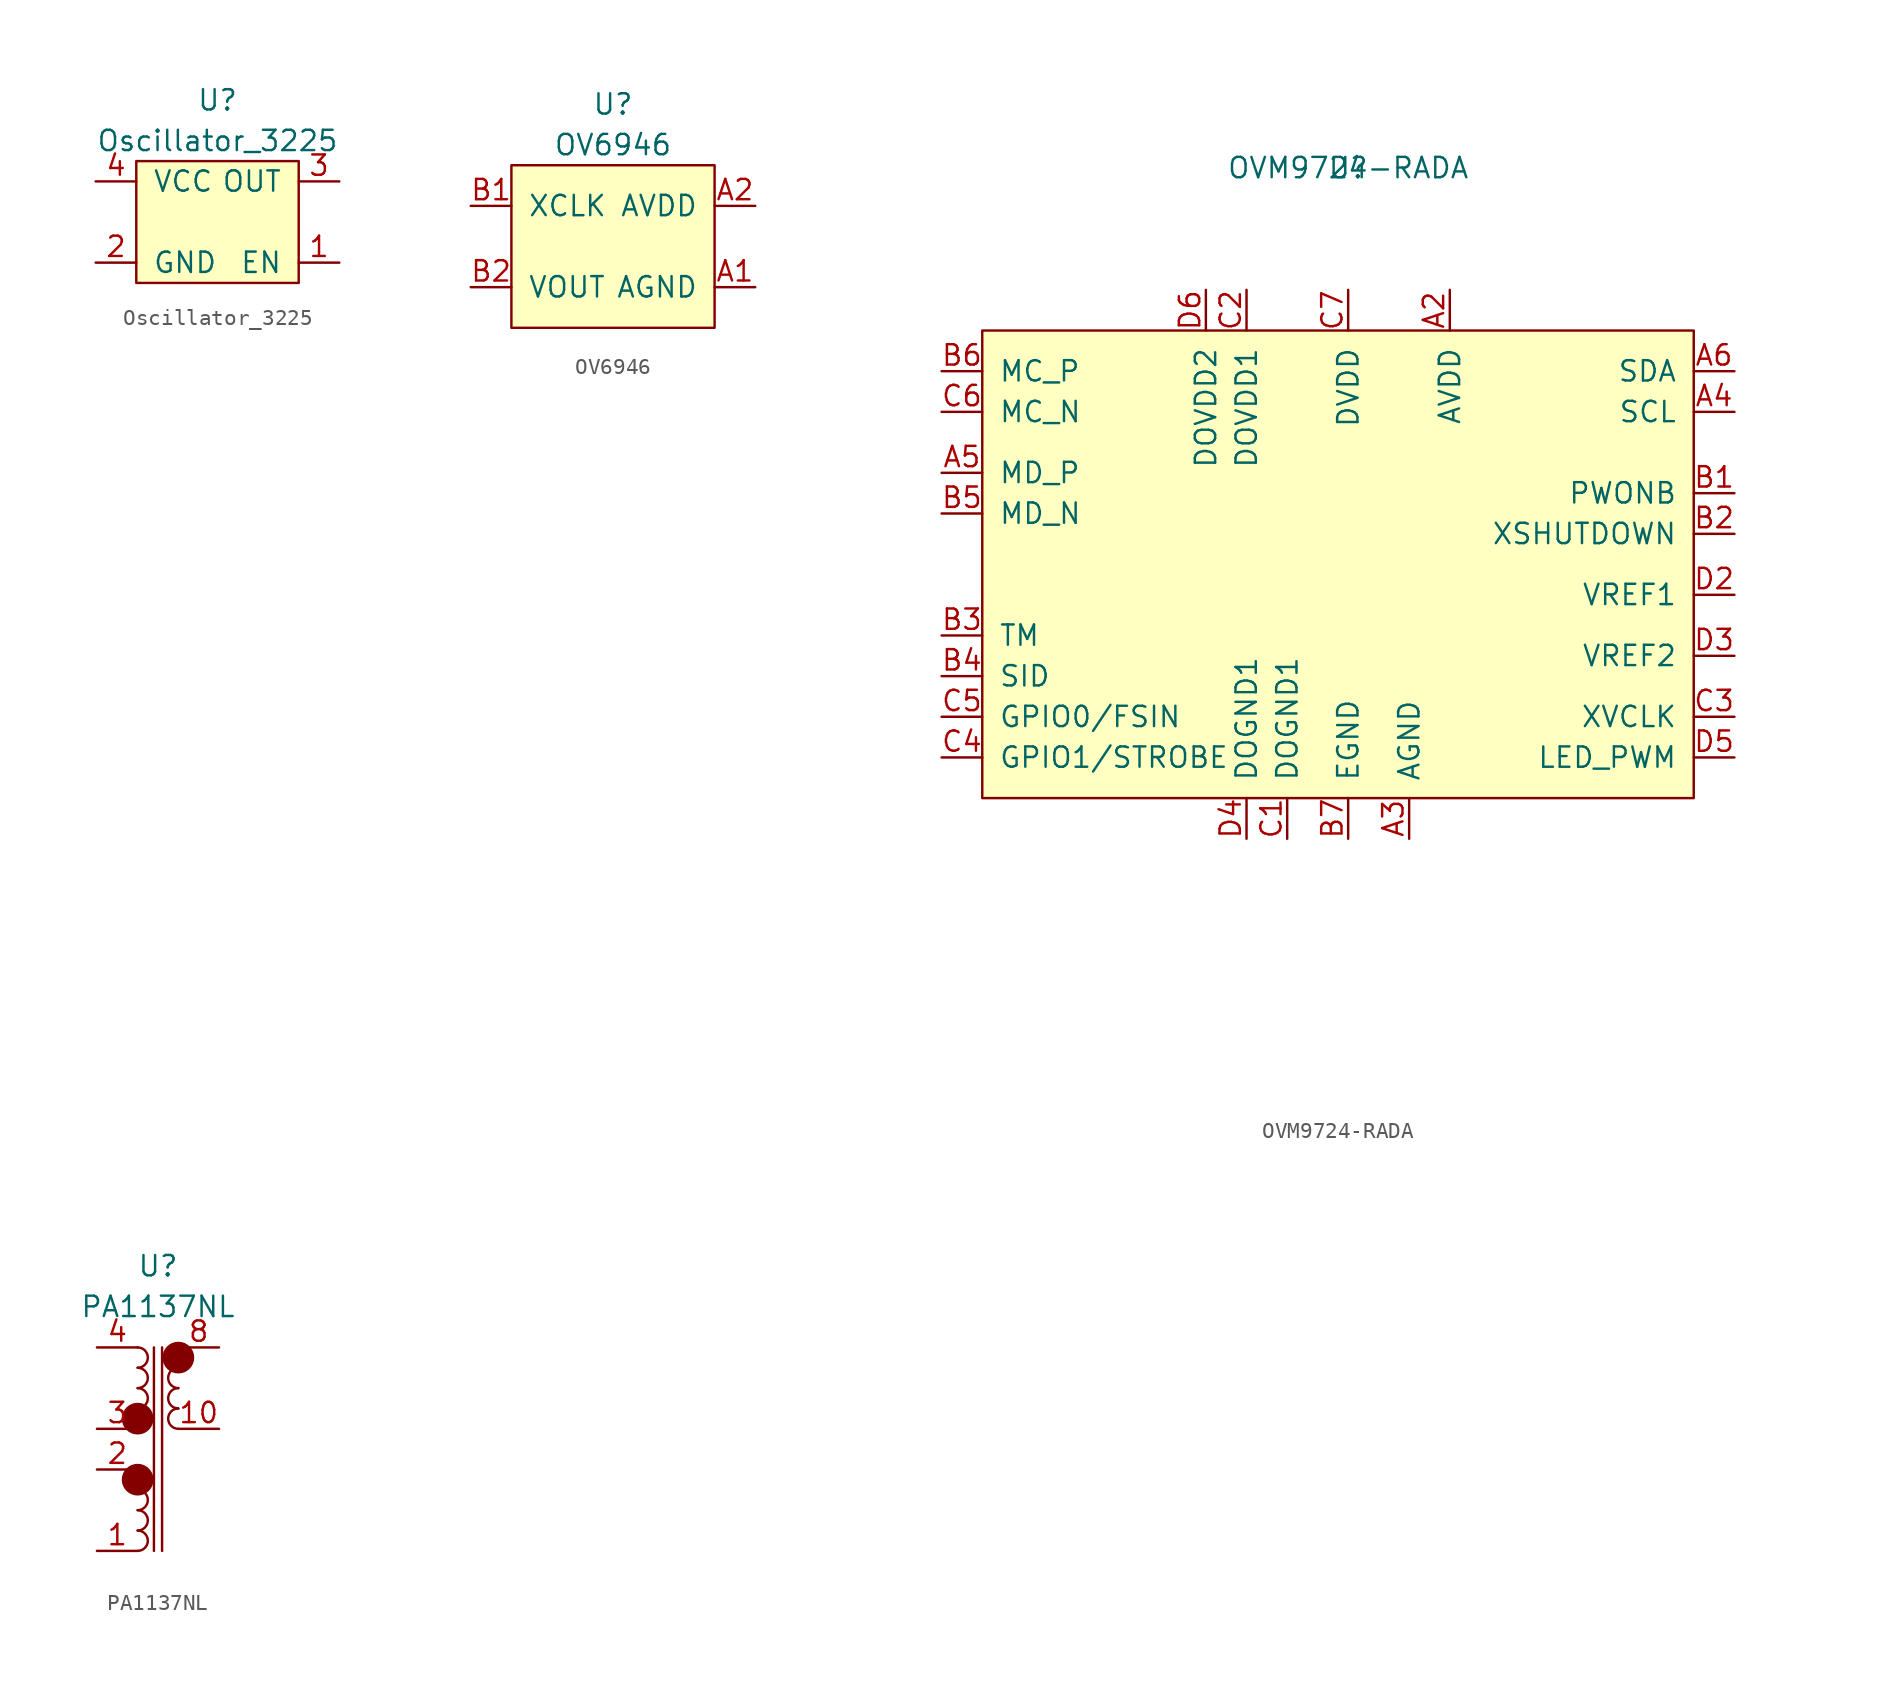
<source format=kicad_sym>
(kicad_symbol_lib
  (version 20231120)
  (generator "kicad_symbol_editor")
  (generator_version "8.0")
  (symbol "Oscillator_3225"
    (pin_names
      (offset 1.016))
    (property "Reference" "U"
      (at 0 7.62 0)
      (effects (font (size 1.27 1.27))))
    (property "Value" "Oscillator_3225"
      (at 0 5.08 0)
      (effects (font (size 1.27 1.27))))
    (symbol "Oscillator_3225_0_1"
      (rectangle (start -5.08 3.81) (end 5.08 -3.81) (stroke (width 0) (type solid)) (fill (type background))))
    (symbol "Oscillator_3225_1_1"
      (pin input line (at 7.62 -2.54 180) (length 2.54) (name "EN" (effects (font (size 1.27 1.27)))) (number "1" (effects (font (size 1.27 1.27)))))
      (pin input line (at -7.62 -2.54 0) (length 2.54) (name "GND" (effects (font (size 1.27 1.27)))) (number "2" (effects (font (size 1.27 1.27)))))
      (pin input line (at 7.62 2.54 180) (length 2.54) (name "OUT" (effects (font (size 1.27 1.27)))) (number "3" (effects (font (size 1.27 1.27)))))
      (pin input line (at -7.62 2.54 0) (length 2.54) (name "VCC" (effects (font (size 1.27 1.27)))) (number "4" (effects (font (size 1.27 1.27)))))))
  (symbol "OV6946"
    (pin_names
      (offset 1.016))
    (property "Reference" "U"
      (at 0 8.89 0)
      (effects (font (size 1.27 1.27))))
    (property "Value" "OV6946"
      (at 0 6.35 0)
      (effects (font (size 1.27 1.27))))
    (symbol "OV6946_0_1"
      (rectangle (start -6.35 5.08) (end 6.35 -5.08) (stroke (width 0) (type solid)) (fill (type background))))
    (symbol "OV6946_1_1"
      (pin input line (at 8.89 -2.54 180) (length 2.54) (name "AGND" (effects (font (size 1.27 1.27)))) (number "A1" (effects (font (size 1.27 1.27)))))
      (pin input line (at 8.89 2.54 180) (length 2.54) (name "AVDD" (effects (font (size 1.27 1.27)))) (number "A2" (effects (font (size 1.27 1.27)))))
      (pin input line (at -8.89 2.54 0) (length 2.54) (name "XCLK" (effects (font (size 1.27 1.27)))) (number "B1" (effects (font (size 1.27 1.27)))))
      (pin input line (at -8.89 -2.54 0) (length 2.54) (name "VOUT" (effects (font (size 1.27 1.27)))) (number "B2" (effects (font (size 1.27 1.27)))))))
  (symbol "OVM9724-RADA"
    (pin_names
      (offset 1.016))
    (property "Reference" "U"
      (at 1.27 24.13 0)
      (effects (font (size 1.27 1.27))))
    (property "Value" "OVM9724-RADA"
      (at 1.27 24.13 0)
      (effects (font (size 1.27 1.27))))
    (symbol "OVM9724-RADA_0_0"
      (rectangle (start -21.59 13.97) (end 22.86 -15.24) (stroke (width 0) (type solid)) (fill (type background))))
    (symbol "OVM9724-RADA_1_1"
      (pin input line (at 20.32 -24.13 180) (length 2.54) hide (name "NC" (effects (font (size 1.27 1.27)))) (number "A1" (effects (font (size 1.27 1.27)))))
      (pin input line (at 7.62 16.51 270) (length 2.54) (name "AVDD" (effects (font (size 1.27 1.27)))) (number "A2" (effects (font (size 1.27 1.27)))))
      (pin input line (at 5.08 -17.78 90) (length 2.54) (name "AGND" (effects (font (size 1.27 1.27)))) (number "A3" (effects (font (size 1.27 1.27)))))
      (pin input line (at 25.4 8.89 180) (length 2.54) (name "SCL" (effects (font (size 1.27 1.27)))) (number "A4" (effects (font (size 1.27 1.27)))))
      (pin input line (at -24.13 5.08 0) (length 2.54) (name "MD_P" (effects (font (size 1.27 1.27)))) (number "A5" (effects (font (size 1.27 1.27)))))
      (pin input line (at 25.4 11.43 180) (length 2.54) (name "SDA" (effects (font (size 1.27 1.27)))) (number "A6" (effects (font (size 1.27 1.27)))))
      (pin input line (at 20.32 -26.67 180) (length 2.54) hide (name "NC" (effects (font (size 1.27 1.27)))) (number "A7" (effects (font (size 1.27 1.27)))))
      (pin input line (at 25.4 3.81 180) (length 2.54) (name "PWONB" (effects (font (size 1.27 1.27)))) (number "B1" (effects (font (size 1.27 1.27)))))
      (pin input line (at 25.4 1.27 180) (length 2.54) (name "XSHUTDOWN" (effects (font (size 1.27 1.27)))) (number "B2" (effects (font (size 1.27 1.27)))))
      (pin input line (at -24.13 -5.08 0) (length 2.54) (name "TM" (effects (font (size 1.27 1.27)))) (number "B3" (effects (font (size 1.27 1.27)))))
      (pin input line (at -24.13 -7.62 0) (length 2.54) (name "SID" (effects (font (size 1.27 1.27)))) (number "B4" (effects (font (size 1.27 1.27)))))
      (pin input line (at -24.13 2.54 0) (length 2.54) (name "MD_N" (effects (font (size 1.27 1.27)))) (number "B5" (effects (font (size 1.27 1.27)))))
      (pin input line (at -24.13 11.43 0) (length 2.54) (name "MC_P" (effects (font (size 1.27 1.27)))) (number "B6" (effects (font (size 1.27 1.27)))))
      (pin input line (at 1.27 -17.78 90) (length 2.54) (name "EGND" (effects (font (size 1.27 1.27)))) (number "B7" (effects (font (size 1.27 1.27)))))
      (pin input line (at -2.54 -17.78 90) (length 2.54) (name "DOGND1" (effects (font (size 1.27 1.27)))) (number "C1" (effects (font (size 1.27 1.27)))))
      (pin input line (at -5.08 16.51 270) (length 2.54) (name "DOVDD1" (effects (font (size 1.27 1.27)))) (number "C2" (effects (font (size 1.27 1.27)))))
      (pin input line (at 25.4 -10.16 180) (length 2.54) (name "XVCLK" (effects (font (size 1.27 1.27)))) (number "C3" (effects (font (size 1.27 1.27)))))
      (pin input line (at -24.13 -12.7 0) (length 2.54) (name "GPIO1/STROBE" (effects (font (size 1.27 1.27)))) (number "C4" (effects (font (size 1.27 1.27)))))
      (pin input line (at -24.13 -10.16 0) (length 2.54) (name "GPIO0/FSIN" (effects (font (size 1.27 1.27)))) (number "C5" (effects (font (size 1.27 1.27)))))
      (pin input line (at -24.13 8.89 0) (length 2.54) (name "MC_N" (effects (font (size 1.27 1.27)))) (number "C6" (effects (font (size 1.27 1.27)))))
      (pin input line (at 1.27 16.51 270) (length 2.54) (name "DVDD" (effects (font (size 1.27 1.27)))) (number "C7" (effects (font (size 1.27 1.27)))))
      (pin input line (at 25.4 -2.54 180) (length 2.54) (name "VREF1" (effects (font (size 1.27 1.27)))) (number "D2" (effects (font (size 1.27 1.27)))))
      (pin input line (at 25.4 -6.35 180) (length 2.54) (name "VREF2" (effects (font (size 1.27 1.27)))) (number "D3" (effects (font (size 1.27 1.27)))))
      (pin input line (at -5.08 -17.78 90) (length 2.54) (name "DOGND1" (effects (font (size 1.27 1.27)))) (number "D4" (effects (font (size 1.27 1.27)))))
      (pin input line (at 25.4 -12.7 180) (length 2.54) (name "LED_PWM" (effects (font (size 1.27 1.27)))) (number "D5" (effects (font (size 1.27 1.27)))))
      (pin input line (at -7.62 16.51 270) (length 2.54) (name "DOVDD2" (effects (font (size 1.27 1.27)))) (number "D6" (effects (font (size 1.27 1.27)))))
      (pin input line (at 20.32 -29.21 180) (length 2.54) hide (name "NC" (effects (font (size 1.27 1.27)))) (number "D7" (effects (font (size 1.27 1.27)))))))
  (symbol "PA1137NL"
    (pin_names
      (offset 1.016))
    (property "Reference" "U"
      (at 0 11.43 0)
      (effects (font (size 1.27 1.27))))
    (property "Value" "PA1137NL"
      (at 0 8.89 0)
      (effects (font (size 1.27 1.27))))
    (symbol "PA1137NL_0_1"
      (circle (center -1.27 -1.905) (radius 0.0001) (stroke (width 0.991) (type solid)) (fill (type none)))
      (arc (start -1.27 1.27) (mid -0.635 1.905) (end -1.27 2.54) (stroke (width 0) (type solid)) (fill (type none)))
      (circle (center -1.27 1.905) (radius 0.0001) (stroke (width 0.991) (type solid)) (fill (type none)))
      (arc (start -1.27 2.54) (mid -0.635 3.175) (end -1.27 3.81) (stroke (width 0) (type solid)) (fill (type none)))
      (polyline (pts (xy -0.254 -6.35) (xy -0.254 6.35)) (stroke (width 0) (type solid)) (fill (type none)))
      (polyline (pts (xy 0.254 6.35) (xy 0.254 -6.35)) (stroke (width 0) (type solid)) (fill (type none)))
      (circle (center 1.27 5.715) (radius 0.0001) (stroke (width 0.991) (type solid)) (fill (type none))))
    (symbol "PA1137NL_1_1"
      (arc (start -1.27 -6.35) (mid -0.635 -5.715) (end -1.27 -5.08) (stroke (width 0) (type solid)) (fill (type none)))
      (arc (start -1.27 -5.08) (mid -0.635 -4.445) (end -1.27 -3.81) (stroke (width 0) (type solid)) (fill (type none)))
      (arc (start -1.27 -3.81) (mid -0.635 -3.175) (end -1.27 -2.54) (stroke (width 0) (type solid)) (fill (type none)))
      (arc (start -1.27 -2.54) (mid -0.635 -1.905) (end -1.27 -1.27) (stroke (width 0) (type solid)) (fill (type none)))
      (arc (start -1.27 3.81) (mid -0.635 4.445) (end -1.27 5.08) (stroke (width 0) (type solid)) (fill (type none)))
      (arc (start -1.27 5.08) (mid -0.635 5.715) (end -1.27 6.35) (stroke (width 0) (type solid)) (fill (type none)))
      (arc (start 1.27 2.54) (mid 0.635 1.905) (end 1.27 1.27) (stroke (width 0) (type solid)) (fill (type none)))
      (arc (start 1.27 3.81) (mid 0.635 3.175) (end 1.27 2.54) (stroke (width 0) (type solid)) (fill (type none)))
      (arc (start 1.27 5.08) (mid 0.635 4.445) (end 1.27 3.81) (stroke (width 0) (type solid)) (fill (type none)))
      (arc (start 1.27 6.35) (mid 0.635 5.715) (end 1.27 5.08) (stroke (width 0) (type solid)) (fill (type none)))
      (pin input line (at -3.81 -6.35 0) (length 2.54) (name "~" (effects (font (size 1.27 1.27)))) (number "1" (effects (font (size 1.27 1.27)))))
      (pin input line (at 3.81 1.27 180) (length 2.54) (name "~" (effects (font (size 1.27 1.27)))) (number "10" (effects (font (size 1.27 1.27)))))
      (pin input line (at -3.81 -1.27 0) (length 2.54) (name "~" (effects (font (size 1.27 1.27)))) (number "2" (effects (font (size 1.27 1.27)))))
      (pin input line (at -3.81 1.27 0) (length 2.54) (name "~" (effects (font (size 1.27 1.27)))) (number "3" (effects (font (size 1.27 1.27)))))
      (pin input line (at -3.81 6.35 0) (length 2.54) (name "~" (effects (font (size 1.27 1.27)))) (number "4" (effects (font (size 1.27 1.27)))))
      (pin input line (at 3.81 6.35 180) (length 2.54) hide (name "~" (effects (font (size 1.27 1.27)))) (number "7" (effects (font (size 1.27 1.27)))))
      (pin input line (at 3.81 6.35 180) (length 2.54) (name "~" (effects (font (size 1.27 1.27)))) (number "8" (effects (font (size 1.27 1.27)))))
      (pin input line (at 3.81 1.27 180) (length 2.54) hide (name "~" (effects (font (size 1.27 1.27)))) (number "9" (effects (font (size 1.27 1.27))))))))
</source>
